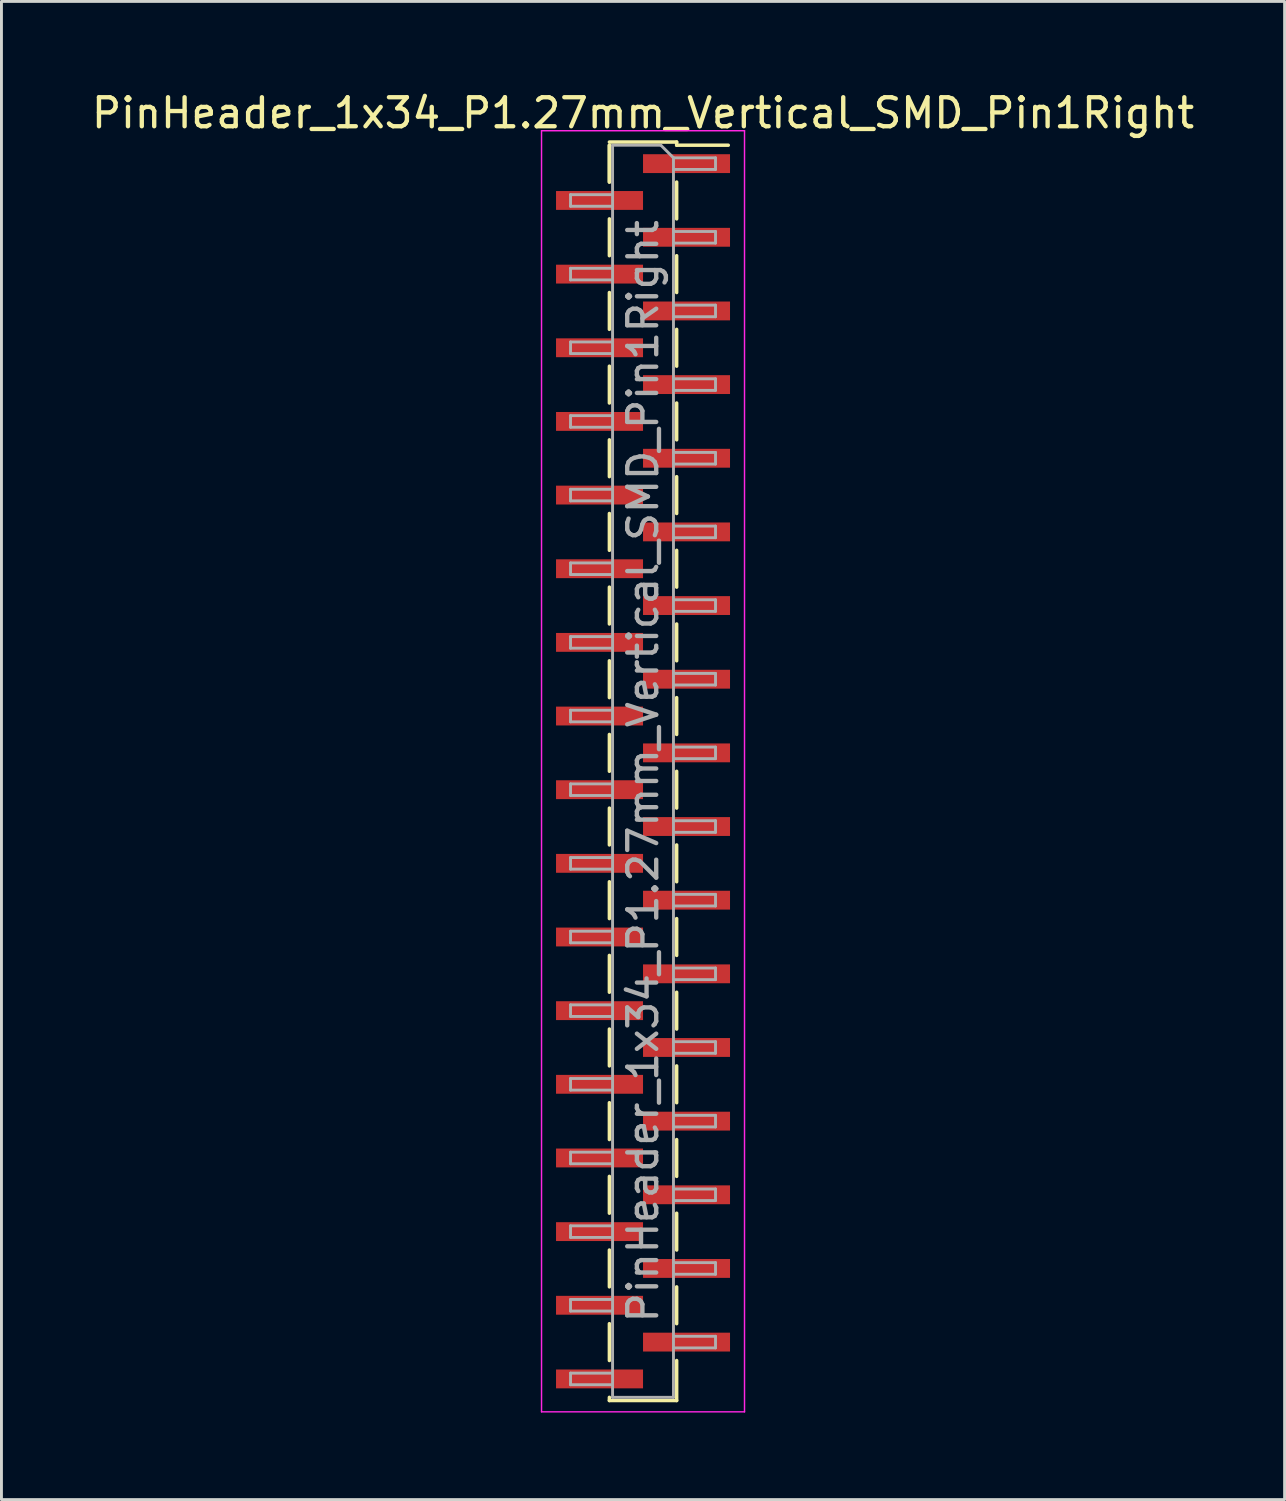
<source format=kicad_pcb>
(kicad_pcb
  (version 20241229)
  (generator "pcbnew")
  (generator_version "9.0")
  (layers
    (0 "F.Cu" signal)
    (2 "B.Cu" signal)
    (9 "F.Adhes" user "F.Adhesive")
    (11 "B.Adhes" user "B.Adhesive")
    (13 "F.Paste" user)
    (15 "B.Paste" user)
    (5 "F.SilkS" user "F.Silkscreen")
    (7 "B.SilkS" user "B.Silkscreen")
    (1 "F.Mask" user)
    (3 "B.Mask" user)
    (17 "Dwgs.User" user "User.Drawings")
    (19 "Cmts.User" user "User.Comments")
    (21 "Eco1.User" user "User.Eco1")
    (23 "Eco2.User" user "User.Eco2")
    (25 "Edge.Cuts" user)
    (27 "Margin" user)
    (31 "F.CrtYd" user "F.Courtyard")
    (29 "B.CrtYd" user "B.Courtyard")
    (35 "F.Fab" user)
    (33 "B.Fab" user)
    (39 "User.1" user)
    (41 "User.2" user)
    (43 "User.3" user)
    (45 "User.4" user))
  (footprint "PinHeader_1x34_P1.27mm_Vertical_SMD_Pin1Right"
    (layer "F.Cu")
    (at 19.125 23.548)
    (property "Reference" "PinHeader_1x34_P1.27mm_Vertical_SMD_Pin1Right" (at 0 -22.7 0) (layer "F.SilkS") (effects (font (size 1 1) (thickness 0.15))))
    (attr smd)
    (fp_line (start -1.16 -21.7) (end 1.16 -21.7) (stroke (width 0.12) (type solid)) (layer "F.SilkS"))
    (fp_line (start -1.16 -21.59) (end -1.16 -20.32) (stroke (width 0.12) (type solid)) (layer "F.SilkS"))
    (fp_line (start -1.16 -21.59) (end -1.16 -20.32) (stroke (width 0.12) (type solid)) (layer "F.SilkS"))
    (fp_line (start -1.16 -19.05) (end -1.16 -17.78) (stroke (width 0.12) (type solid)) (layer "F.SilkS"))
    (fp_line (start -1.16 -16.51) (end -1.16 -15.24) (stroke (width 0.12) (type solid)) (layer "F.SilkS"))
    (fp_line (start -1.16 -13.97) (end -1.16 -12.7) (stroke (width 0.12) (type solid)) (layer "F.SilkS"))
    (fp_line (start -1.16 -11.43) (end -1.16 -10.16) (stroke (width 0.12) (type solid)) (layer "F.SilkS"))
    (fp_line (start -1.16 -8.89) (end -1.16 -7.62) (stroke (width 0.12) (type solid)) (layer "F.SilkS"))
    (fp_line (start -1.16 -6.35) (end -1.16 -5.08) (stroke (width 0.12) (type solid)) (layer "F.SilkS"))
    (fp_line (start -1.16 -3.81) (end -1.16 -2.54) (stroke (width 0.12) (type solid)) (layer "F.SilkS"))
    (fp_line (start -1.16 -1.27) (end -1.16 0) (stroke (width 0.12) (type solid)) (layer "F.SilkS"))
    (fp_line (start -1.16 1.27) (end -1.16 2.54) (stroke (width 0.12) (type solid)) (layer "F.SilkS"))
    (fp_line (start -1.16 3.81) (end -1.16 5.08) (stroke (width 0.12) (type solid)) (layer "F.SilkS"))
    (fp_line (start -1.16 6.35) (end -1.16 7.62) (stroke (width 0.12) (type solid)) (layer "F.SilkS"))
    (fp_line (start -1.16 8.89) (end -1.16 10.16) (stroke (width 0.12) (type solid)) (layer "F.SilkS"))
    (fp_line (start -1.16 11.43) (end -1.16 12.7) (stroke (width 0.12) (type solid)) (layer "F.SilkS"))
    (fp_line (start -1.16 13.97) (end -1.16 15.24) (stroke (width 0.12) (type solid)) (layer "F.SilkS"))
    (fp_line (start -1.16 16.51) (end -1.16 17.78) (stroke (width 0.12) (type solid)) (layer "F.SilkS"))
    (fp_line (start -1.16 19.05) (end -1.16 20.32) (stroke (width 0.12) (type solid)) (layer "F.SilkS"))
    (fp_line (start -1.16 21.59) (end -1.16 21.7) (stroke (width 0.12) (type solid)) (layer "F.SilkS"))
    (fp_line (start -1.16 21.7) (end 1.16 21.7) (stroke (width 0.12) (type solid)) (layer "F.SilkS"))
    (fp_line (start 1.16 -21.7) (end 1.16 -21.59) (stroke (width 0.12) (type solid)) (layer "F.SilkS"))
    (fp_line (start 1.16 -21.59) (end 2.94 -21.59) (stroke (width 0.12) (type solid)) (layer "F.SilkS"))
    (fp_line (start 1.16 -20.32) (end 1.16 -19.05) (stroke (width 0.12) (type solid)) (layer "F.SilkS"))
    (fp_line (start 1.16 -17.78) (end 1.16 -16.51) (stroke (width 0.12) (type solid)) (layer "F.SilkS"))
    (fp_line (start 1.16 -15.24) (end 1.16 -13.97) (stroke (width 0.12) (type solid)) (layer "F.SilkS"))
    (fp_line (start 1.16 -12.7) (end 1.16 -11.43) (stroke (width 0.12) (type solid)) (layer "F.SilkS"))
    (fp_line (start 1.16 -10.16) (end 1.16 -8.89) (stroke (width 0.12) (type solid)) (layer "F.SilkS"))
    (fp_line (start 1.16 -7.62) (end 1.16 -6.35) (stroke (width 0.12) (type solid)) (layer "F.SilkS"))
    (fp_line (start 1.16 -5.08) (end 1.16 -3.81) (stroke (width 0.12) (type solid)) (layer "F.SilkS"))
    (fp_line (start 1.16 -2.54) (end 1.16 -1.27) (stroke (width 0.12) (type solid)) (layer "F.SilkS"))
    (fp_line (start 1.16 0) (end 1.16 1.27) (stroke (width 0.12) (type solid)) (layer "F.SilkS"))
    (fp_line (start 1.16 2.54) (end 1.16 3.81) (stroke (width 0.12) (type solid)) (layer "F.SilkS"))
    (fp_line (start 1.16 5.08) (end 1.16 6.35) (stroke (width 0.12) (type solid)) (layer "F.SilkS"))
    (fp_line (start 1.16 7.62) (end 1.16 8.89) (stroke (width 0.12) (type solid)) (layer "F.SilkS"))
    (fp_line (start 1.16 10.16) (end 1.16 11.43) (stroke (width 0.12) (type solid)) (layer "F.SilkS"))
    (fp_line (start 1.16 12.7) (end 1.16 13.97) (stroke (width 0.12) (type solid)) (layer "F.SilkS"))
    (fp_line (start 1.16 15.24) (end 1.16 16.51) (stroke (width 0.12) (type solid)) (layer "F.SilkS"))
    (fp_line (start 1.16 17.78) (end 1.16 19.05) (stroke (width 0.12) (type solid)) (layer "F.SilkS"))
    (fp_line (start 1.16 20.32) (end 1.16 21.7) (stroke (width 0.12) (type solid)) (layer "F.SilkS"))
    (fp_line (start -3.5 -22.09) (end -3.5 22.09) (stroke (width 0.05) (type solid)) (layer "F.CrtYd"))
    (fp_line (start -3.5 22.09) (end 3.5 22.09) (stroke (width 0.05) (type solid)) (layer "F.CrtYd"))
    (fp_line (start 3.5 -22.09) (end -3.5 -22.09) (stroke (width 0.05) (type solid)) (layer "F.CrtYd"))
    (fp_line (start 3.5 22.09) (end 3.5 -22.09) (stroke (width 0.05) (type solid)) (layer "F.CrtYd"))
    (fp_line (start -2.5 -19.885) (end -2.5 -19.485) (stroke (width 0.1) (type solid)) (layer "F.Fab"))
    (fp_line (start -2.5 -19.485) (end -1.05 -19.485) (stroke (width 0.1) (type solid)) (layer "F.Fab"))
    (fp_line (start -2.5 -17.345) (end -2.5 -16.945) (stroke (width 0.1) (type solid)) (layer "F.Fab"))
    (fp_line (start -2.5 -16.945) (end -1.05 -16.945) (stroke (width 0.1) (type solid)) (layer "F.Fab"))
    (fp_line (start -2.5 -14.805) (end -2.5 -14.405) (stroke (width 0.1) (type solid)) (layer "F.Fab"))
    (fp_line (start -2.5 -14.405) (end -1.05 -14.405) (stroke (width 0.1) (type solid)) (layer "F.Fab"))
    (fp_line (start -2.5 -12.265) (end -2.5 -11.865) (stroke (width 0.1) (type solid)) (layer "F.Fab"))
    (fp_line (start -2.5 -11.865) (end -1.05 -11.865) (stroke (width 0.1) (type solid)) (layer "F.Fab"))
    (fp_line (start -2.5 -9.725) (end -2.5 -9.325) (stroke (width 0.1) (type solid)) (layer "F.Fab"))
    (fp_line (start -2.5 -9.325) (end -1.05 -9.325) (stroke (width 0.1) (type solid)) (layer "F.Fab"))
    (fp_line (start -2.5 -7.185) (end -2.5 -6.785) (stroke (width 0.1) (type solid)) (layer "F.Fab"))
    (fp_line (start -2.5 -6.785) (end -1.05 -6.785) (stroke (width 0.1) (type solid)) (layer "F.Fab"))
    (fp_line (start -2.5 -4.645) (end -2.5 -4.245) (stroke (width 0.1) (type solid)) (layer "F.Fab"))
    (fp_line (start -2.5 -4.245) (end -1.05 -4.245) (stroke (width 0.1) (type solid)) (layer "F.Fab"))
    (fp_line (start -2.5 -2.105) (end -2.5 -1.705) (stroke (width 0.1) (type solid)) (layer "F.Fab"))
    (fp_line (start -2.5 -1.705) (end -1.05 -1.705) (stroke (width 0.1) (type solid)) (layer "F.Fab"))
    (fp_line (start -2.5 0.435) (end -2.5 0.835) (stroke (width 0.1) (type solid)) (layer "F.Fab"))
    (fp_line (start -2.5 0.835) (end -1.05 0.835) (stroke (width 0.1) (type solid)) (layer "F.Fab"))
    (fp_line (start -2.5 2.975) (end -2.5 3.375) (stroke (width 0.1) (type solid)) (layer "F.Fab"))
    (fp_line (start -2.5 3.375) (end -1.05 3.375) (stroke (width 0.1) (type solid)) (layer "F.Fab"))
    (fp_line (start -2.5 5.515) (end -2.5 5.915) (stroke (width 0.1) (type solid)) (layer "F.Fab"))
    (fp_line (start -2.5 5.915) (end -1.05 5.915) (stroke (width 0.1) (type solid)) (layer "F.Fab"))
    (fp_line (start -2.5 8.055) (end -2.5 8.455) (stroke (width 0.1) (type solid)) (layer "F.Fab"))
    (fp_line (start -2.5 8.455) (end -1.05 8.455) (stroke (width 0.1) (type solid)) (layer "F.Fab"))
    (fp_line (start -2.5 10.595) (end -2.5 10.995) (stroke (width 0.1) (type solid)) (layer "F.Fab"))
    (fp_line (start -2.5 10.995) (end -1.05 10.995) (stroke (width 0.1) (type solid)) (layer "F.Fab"))
    (fp_line (start -2.5 13.135) (end -2.5 13.535) (stroke (width 0.1) (type solid)) (layer "F.Fab"))
    (fp_line (start -2.5 13.535) (end -1.05 13.535) (stroke (width 0.1) (type solid)) (layer "F.Fab"))
    (fp_line (start -2.5 15.675) (end -2.5 16.075) (stroke (width 0.1) (type solid)) (layer "F.Fab"))
    (fp_line (start -2.5 16.075) (end -1.05 16.075) (stroke (width 0.1) (type solid)) (layer "F.Fab"))
    (fp_line (start -2.5 18.215) (end -2.5 18.615) (stroke (width 0.1) (type solid)) (layer "F.Fab"))
    (fp_line (start -2.5 18.615) (end -1.05 18.615) (stroke (width 0.1) (type solid)) (layer "F.Fab"))
    (fp_line (start -2.5 20.755) (end -2.5 21.155) (stroke (width 0.1) (type solid)) (layer "F.Fab"))
    (fp_line (start -2.5 21.155) (end -1.05 21.155) (stroke (width 0.1) (type solid)) (layer "F.Fab"))
    (fp_line (start -1.05 -21.59) (end -1.05 21.59) (stroke (width 0.1) (type solid)) (layer "F.Fab"))
    (fp_line (start -1.05 -21.59) (end 0.615 -21.59) (stroke (width 0.1) (type solid)) (layer "F.Fab"))
    (fp_line (start -1.05 -19.885) (end -2.5 -19.885) (stroke (width 0.1) (type solid)) (layer "F.Fab"))
    (fp_line (start -1.05 -17.345) (end -2.5 -17.345) (stroke (width 0.1) (type solid)) (layer "F.Fab"))
    (fp_line (start -1.05 -14.805) (end -2.5 -14.805) (stroke (width 0.1) (type solid)) (layer "F.Fab"))
    (fp_line (start -1.05 -12.265) (end -2.5 -12.265) (stroke (width 0.1) (type solid)) (layer "F.Fab"))
    (fp_line (start -1.05 -9.725) (end -2.5 -9.725) (stroke (width 0.1) (type solid)) (layer "F.Fab"))
    (fp_line (start -1.05 -7.185) (end -2.5 -7.185) (stroke (width 0.1) (type solid)) (layer "F.Fab"))
    (fp_line (start -1.05 -4.645) (end -2.5 -4.645) (stroke (width 0.1) (type solid)) (layer "F.Fab"))
    (fp_line (start -1.05 -2.105) (end -2.5 -2.105) (stroke (width 0.1) (type solid)) (layer "F.Fab"))
    (fp_line (start -1.05 0.435) (end -2.5 0.435) (stroke (width 0.1) (type solid)) (layer "F.Fab"))
    (fp_line (start -1.05 2.975) (end -2.5 2.975) (stroke (width 0.1) (type solid)) (layer "F.Fab"))
    (fp_line (start -1.05 5.515) (end -2.5 5.515) (stroke (width 0.1) (type solid)) (layer "F.Fab"))
    (fp_line (start -1.05 8.055) (end -2.5 8.055) (stroke (width 0.1) (type solid)) (layer "F.Fab"))
    (fp_line (start -1.05 10.595) (end -2.5 10.595) (stroke (width 0.1) (type solid)) (layer "F.Fab"))
    (fp_line (start -1.05 13.135) (end -2.5 13.135) (stroke (width 0.1) (type solid)) (layer "F.Fab"))
    (fp_line (start -1.05 15.675) (end -2.5 15.675) (stroke (width 0.1) (type solid)) (layer "F.Fab"))
    (fp_line (start -1.05 18.215) (end -2.5 18.215) (stroke (width 0.1) (type solid)) (layer "F.Fab"))
    (fp_line (start -1.05 20.755) (end -2.5 20.755) (stroke (width 0.1) (type solid)) (layer "F.Fab"))
    (fp_line (start 1.05 -21.155) (end 0.615 -21.59) (stroke (width 0.1) (type solid)) (layer "F.Fab"))
    (fp_line (start 1.05 -21.155) (end 2.5 -21.155) (stroke (width 0.1) (type solid)) (layer "F.Fab"))
    (fp_line (start 1.05 -18.615) (end 2.5 -18.615) (stroke (width 0.1) (type solid)) (layer "F.Fab"))
    (fp_line (start 1.05 -16.075) (end 2.5 -16.075) (stroke (width 0.1) (type solid)) (layer "F.Fab"))
    (fp_line (start 1.05 -13.535) (end 2.5 -13.535) (stroke (width 0.1) (type solid)) (layer "F.Fab"))
    (fp_line (start 1.05 -10.995) (end 2.5 -10.995) (stroke (width 0.1) (type solid)) (layer "F.Fab"))
    (fp_line (start 1.05 -8.455) (end 2.5 -8.455) (stroke (width 0.1) (type solid)) (layer "F.Fab"))
    (fp_line (start 1.05 -5.915) (end 2.5 -5.915) (stroke (width 0.1) (type solid)) (layer "F.Fab"))
    (fp_line (start 1.05 -3.375) (end 2.5 -3.375) (stroke (width 0.1) (type solid)) (layer "F.Fab"))
    (fp_line (start 1.05 -0.835) (end 2.5 -0.835) (stroke (width 0.1) (type solid)) (layer "F.Fab"))
    (fp_line (start 1.05 1.705) (end 2.5 1.705) (stroke (width 0.1) (type solid)) (layer "F.Fab"))
    (fp_line (start 1.05 4.245) (end 2.5 4.245) (stroke (width 0.1) (type solid)) (layer "F.Fab"))
    (fp_line (start 1.05 6.785) (end 2.5 6.785) (stroke (width 0.1) (type solid)) (layer "F.Fab"))
    (fp_line (start 1.05 9.325) (end 2.5 9.325) (stroke (width 0.1) (type solid)) (layer "F.Fab"))
    (fp_line (start 1.05 11.865) (end 2.5 11.865) (stroke (width 0.1) (type solid)) (layer "F.Fab"))
    (fp_line (start 1.05 14.405) (end 2.5 14.405) (stroke (width 0.1) (type solid)) (layer "F.Fab"))
    (fp_line (start 1.05 16.945) (end 2.5 16.945) (stroke (width 0.1) (type solid)) (layer "F.Fab"))
    (fp_line (start 1.05 19.485) (end 2.5 19.485) (stroke (width 0.1) (type solid)) (layer "F.Fab"))
    (fp_line (start 1.05 21.59) (end -1.05 21.59) (stroke (width 0.1) (type solid)) (layer "F.Fab"))
    (fp_line (start 1.05 21.59) (end 1.05 -21.155) (stroke (width 0.1) (type solid)) (layer "F.Fab"))
    (fp_line (start 2.5 -21.155) (end 2.5 -20.755) (stroke (width 0.1) (type solid)) (layer "F.Fab"))
    (fp_line (start 2.5 -20.755) (end 1.05 -20.755) (stroke (width 0.1) (type solid)) (layer "F.Fab"))
    (fp_line (start 2.5 -18.615) (end 2.5 -18.215) (stroke (width 0.1) (type solid)) (layer "F.Fab"))
    (fp_line (start 2.5 -18.215) (end 1.05 -18.215) (stroke (width 0.1) (type solid)) (layer "F.Fab"))
    (fp_line (start 2.5 -16.075) (end 2.5 -15.675) (stroke (width 0.1) (type solid)) (layer "F.Fab"))
    (fp_line (start 2.5 -15.675) (end 1.05 -15.675) (stroke (width 0.1) (type solid)) (layer "F.Fab"))
    (fp_line (start 2.5 -13.535) (end 2.5 -13.135) (stroke (width 0.1) (type solid)) (layer "F.Fab"))
    (fp_line (start 2.5 -13.135) (end 1.05 -13.135) (stroke (width 0.1) (type solid)) (layer "F.Fab"))
    (fp_line (start 2.5 -10.995) (end 2.5 -10.595) (stroke (width 0.1) (type solid)) (layer "F.Fab"))
    (fp_line (start 2.5 -10.595) (end 1.05 -10.595) (stroke (width 0.1) (type solid)) (layer "F.Fab"))
    (fp_line (start 2.5 -8.455) (end 2.5 -8.055) (stroke (width 0.1) (type solid)) (layer "F.Fab"))
    (fp_line (start 2.5 -8.055) (end 1.05 -8.055) (stroke (width 0.1) (type solid)) (layer "F.Fab"))
    (fp_line (start 2.5 -5.915) (end 2.5 -5.515) (stroke (width 0.1) (type solid)) (layer "F.Fab"))
    (fp_line (start 2.5 -5.515) (end 1.05 -5.515) (stroke (width 0.1) (type solid)) (layer "F.Fab"))
    (fp_line (start 2.5 -3.375) (end 2.5 -2.975) (stroke (width 0.1) (type solid)) (layer "F.Fab"))
    (fp_line (start 2.5 -2.975) (end 1.05 -2.975) (stroke (width 0.1) (type solid)) (layer "F.Fab"))
    (fp_line (start 2.5 -0.835) (end 2.5 -0.435) (stroke (width 0.1) (type solid)) (layer "F.Fab"))
    (fp_line (start 2.5 -0.435) (end 1.05 -0.435) (stroke (width 0.1) (type solid)) (layer "F.Fab"))
    (fp_line (start 2.5 1.705) (end 2.5 2.105) (stroke (width 0.1) (type solid)) (layer "F.Fab"))
    (fp_line (start 2.5 2.105) (end 1.05 2.105) (stroke (width 0.1) (type solid)) (layer "F.Fab"))
    (fp_line (start 2.5 4.245) (end 2.5 4.645) (stroke (width 0.1) (type solid)) (layer "F.Fab"))
    (fp_line (start 2.5 4.645) (end 1.05 4.645) (stroke (width 0.1) (type solid)) (layer "F.Fab"))
    (fp_line (start 2.5 6.785) (end 2.5 7.185) (stroke (width 0.1) (type solid)) (layer "F.Fab"))
    (fp_line (start 2.5 7.185) (end 1.05 7.185) (stroke (width 0.1) (type solid)) (layer "F.Fab"))
    (fp_line (start 2.5 9.325) (end 2.5 9.725) (stroke (width 0.1) (type solid)) (layer "F.Fab"))
    (fp_line (start 2.5 9.725) (end 1.05 9.725) (stroke (width 0.1) (type solid)) (layer "F.Fab"))
    (fp_line (start 2.5 11.865) (end 2.5 12.265) (stroke (width 0.1) (type solid)) (layer "F.Fab"))
    (fp_line (start 2.5 12.265) (end 1.05 12.265) (stroke (width 0.1) (type solid)) (layer "F.Fab"))
    (fp_line (start 2.5 14.405) (end 2.5 14.805) (stroke (width 0.1) (type solid)) (layer "F.Fab"))
    (fp_line (start 2.5 14.805) (end 1.05 14.805) (stroke (width 0.1) (type solid)) (layer "F.Fab"))
    (fp_line (start 2.5 16.945) (end 2.5 17.345) (stroke (width 0.1) (type solid)) (layer "F.Fab"))
    (fp_line (start 2.5 17.345) (end 1.05 17.345) (stroke (width 0.1) (type solid)) (layer "F.Fab"))
    (fp_line (start 2.5 19.485) (end 2.5 19.885) (stroke (width 0.1) (type solid)) (layer "F.Fab"))
    (fp_line (start 2.5 19.885) (end 1.05 19.885) (stroke (width 0.1) (type solid)) (layer "F.Fab"))
    (fp_text user "${REFERENCE}" (at 0 0 90) (layer "F.Fab") (effects (font (size 1 1) (thickness 0.15))))
    (pad "1" smd rect (at 1.5 -20.955) (size 3 0.65) (layers "F.Cu" "F.Mask" "F.Paste"))
    (pad "2" smd rect (at -1.5 -19.685) (size 3 0.65) (layers "F.Cu" "F.Mask" "F.Paste"))
    (pad "3" smd rect (at 1.5 -18.415) (size 3 0.65) (layers "F.Cu" "F.Mask" "F.Paste"))
    (pad "4" smd rect (at -1.5 -17.145) (size 3 0.65) (layers "F.Cu" "F.Mask" "F.Paste"))
    (pad "5" smd rect (at 1.5 -15.875) (size 3 0.65) (layers "F.Cu" "F.Mask" "F.Paste"))
    (pad "6" smd rect (at -1.5 -14.605) (size 3 0.65) (layers "F.Cu" "F.Mask" "F.Paste"))
    (pad "7" smd rect (at 1.5 -13.335) (size 3 0.65) (layers "F.Cu" "F.Mask" "F.Paste"))
    (pad "8" smd rect (at -1.5 -12.065) (size 3 0.65) (layers "F.Cu" "F.Mask" "F.Paste"))
    (pad "9" smd rect (at 1.5 -10.795) (size 3 0.65) (layers "F.Cu" "F.Mask" "F.Paste"))
    (pad "10" smd rect (at -1.5 -9.525) (size 3 0.65) (layers "F.Cu" "F.Mask" "F.Paste"))
    (pad "11" smd rect (at 1.5 -8.255) (size 3 0.65) (layers "F.Cu" "F.Mask" "F.Paste"))
    (pad "12" smd rect (at -1.5 -6.985) (size 3 0.65) (layers "F.Cu" "F.Mask" "F.Paste"))
    (pad "13" smd rect (at 1.5 -5.715) (size 3 0.65) (layers "F.Cu" "F.Mask" "F.Paste"))
    (pad "14" smd rect (at -1.5 -4.445) (size 3 0.65) (layers "F.Cu" "F.Mask" "F.Paste"))
    (pad "15" smd rect (at 1.5 -3.175) (size 3 0.65) (layers "F.Cu" "F.Mask" "F.Paste"))
    (pad "16" smd rect (at -1.5 -1.905) (size 3 0.65) (layers "F.Cu" "F.Mask" "F.Paste"))
    (pad "17" smd rect (at 1.5 -0.635) (size 3 0.65) (layers "F.Cu" "F.Mask" "F.Paste"))
    (pad "18" smd rect (at -1.5 0.635) (size 3 0.65) (layers "F.Cu" "F.Mask" "F.Paste"))
    (pad "19" smd rect (at 1.5 1.905) (size 3 0.65) (layers "F.Cu" "F.Mask" "F.Paste"))
    (pad "20" smd rect (at -1.5 3.175) (size 3 0.65) (layers "F.Cu" "F.Mask" "F.Paste"))
    (pad "21" smd rect (at 1.5 4.445) (size 3 0.65) (layers "F.Cu" "F.Mask" "F.Paste"))
    (pad "22" smd rect (at -1.5 5.715) (size 3 0.65) (layers "F.Cu" "F.Mask" "F.Paste"))
    (pad "23" smd rect (at 1.5 6.985) (size 3 0.65) (layers "F.Cu" "F.Mask" "F.Paste"))
    (pad "24" smd rect (at -1.5 8.255) (size 3 0.65) (layers "F.Cu" "F.Mask" "F.Paste"))
    (pad "25" smd rect (at 1.5 9.525) (size 3 0.65) (layers "F.Cu" "F.Mask" "F.Paste"))
    (pad "26" smd rect (at -1.5 10.795) (size 3 0.65) (layers "F.Cu" "F.Mask" "F.Paste"))
    (pad "27" smd rect (at 1.5 12.065) (size 3 0.65) (layers "F.Cu" "F.Mask" "F.Paste"))
    (pad "28" smd rect (at -1.5 13.335) (size 3 0.65) (layers "F.Cu" "F.Mask" "F.Paste"))
    (pad "29" smd rect (at 1.5 14.605) (size 3 0.65) (layers "F.Cu" "F.Mask" "F.Paste"))
    (pad "30" smd rect (at -1.5 15.875) (size 3 0.65) (layers "F.Cu" "F.Mask" "F.Paste"))
    (pad "31" smd rect (at 1.5 17.145) (size 3 0.65) (layers "F.Cu" "F.Mask" "F.Paste"))
    (pad "32" smd rect (at -1.5 18.415) (size 3 0.65) (layers "F.Cu" "F.Mask" "F.Paste"))
    (pad "33" smd rect (at 1.5 19.685) (size 3 0.65) (layers "F.Cu" "F.Mask" "F.Paste"))
    (pad "34" smd rect (at -1.5 20.955) (size 3 0.65) (layers "F.Cu" "F.Mask" "F.Paste")))
  (gr_rect
    (start -3 -3)
    (end 41.25 48.663)
    (stroke (width 0.1) (type default))
    (fill no)
    (layer "Edge.Cuts")))
</source>
